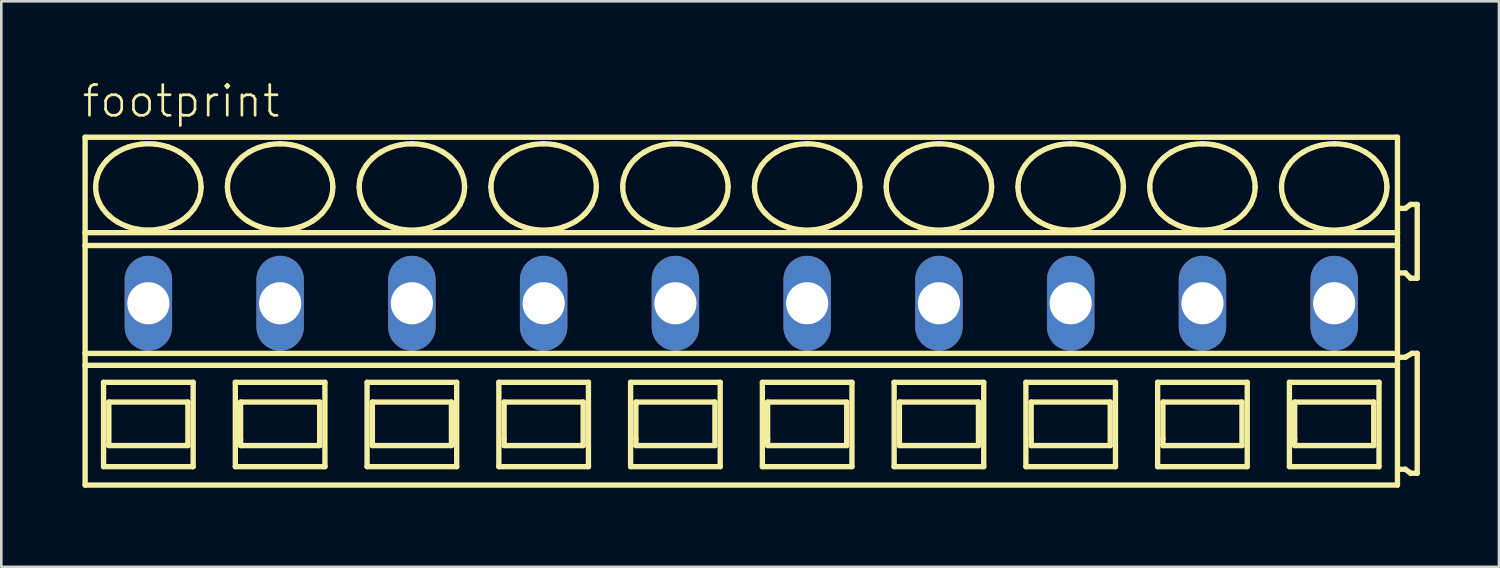
<source format=kicad_pcb>
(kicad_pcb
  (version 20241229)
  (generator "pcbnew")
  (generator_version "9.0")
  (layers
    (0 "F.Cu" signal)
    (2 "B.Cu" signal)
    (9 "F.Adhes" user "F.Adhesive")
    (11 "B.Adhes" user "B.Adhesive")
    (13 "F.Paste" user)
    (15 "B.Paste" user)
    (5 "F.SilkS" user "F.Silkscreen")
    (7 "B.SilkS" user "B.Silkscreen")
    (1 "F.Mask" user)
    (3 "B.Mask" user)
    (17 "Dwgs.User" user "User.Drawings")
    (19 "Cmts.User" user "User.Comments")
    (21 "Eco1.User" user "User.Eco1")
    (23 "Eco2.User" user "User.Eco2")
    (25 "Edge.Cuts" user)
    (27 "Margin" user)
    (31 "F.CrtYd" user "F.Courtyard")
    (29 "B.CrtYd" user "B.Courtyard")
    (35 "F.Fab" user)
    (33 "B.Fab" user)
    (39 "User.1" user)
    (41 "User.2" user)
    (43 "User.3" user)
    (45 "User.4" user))
  (footprint "footprint"
    (layer "F.Cu")
    (at 5.08 8.458)
    (property "Reference" "footprint" (at -5.08 -6.985 0) (layer "F.SilkS") (effects (font (size 1.168 1.168) (thickness 0.102)) (justify left bottom)))
    (fp_line (start -4.9 -6.3) (end -4.9 -2.679) (stroke (width 0.203) (type solid)) (layer "F.SilkS"))
    (fp_line (start -4.9 -2.679) (end -4.9 -2.192) (stroke (width 0.203) (type solid)) (layer "F.SilkS"))
    (fp_line (start -4.9 -2.192) (end -4.9 1.902) (stroke (width 0.203) (type solid)) (layer "F.SilkS"))
    (fp_line (start -4.9 1.902) (end -4.9 2.354) (stroke (width 0.203) (type solid)) (layer "F.SilkS"))
    (fp_line (start -4.9 2.354) (end -4.9 6.9) (stroke (width 0.203) (type solid)) (layer "F.SilkS"))
    (fp_line (start -4.9 6.9) (end 44.9 6.9) (stroke (width 0.203) (type solid)) (layer "F.SilkS"))
    (fp_line (start -4.2 3) (end -4.2 6.2) (stroke (width 0.203) (type solid)) (layer "F.SilkS"))
    (fp_line (start -4.2 6.2) (end -0.8 6.2) (stroke (width 0.203) (type solid)) (layer "F.SilkS"))
    (fp_line (start -4 3.75) (end -4 5.4) (stroke (width 0.203) (type solid)) (layer "F.SilkS"))
    (fp_line (start -4 5.4) (end -1 5.4) (stroke (width 0.203) (type solid)) (layer "F.SilkS"))
    (fp_line (start -1 3.75) (end -4 3.75) (stroke (width 0.203) (type solid)) (layer "F.SilkS"))
    (fp_line (start -1 5.4) (end -1 3.75) (stroke (width 0.203) (type solid)) (layer "F.SilkS"))
    (fp_line (start -0.8 3) (end -4.2 3) (stroke (width 0.203) (type solid)) (layer "F.SilkS"))
    (fp_line (start -0.8 6.2) (end -0.8 3) (stroke (width 0.203) (type solid)) (layer "F.SilkS"))
    (fp_line (start 0.8 3) (end 0.8 6.2) (stroke (width 0.203) (type solid)) (layer "F.SilkS"))
    (fp_line (start 0.8 6.2) (end 4.2 6.2) (stroke (width 0.203) (type solid)) (layer "F.SilkS"))
    (fp_line (start 1 3.75) (end 1 5.15) (stroke (width 0.203) (type solid)) (layer "F.SilkS"))
    (fp_line (start 1 5.15) (end 1 5.4) (stroke (width 0.203) (type solid)) (layer "F.SilkS"))
    (fp_line (start 1 5.4) (end 4 5.4) (stroke (width 0.203) (type solid)) (layer "F.SilkS"))
    (fp_line (start 4 3.75) (end 1 3.75) (stroke (width 0.203) (type solid)) (layer "F.SilkS"))
    (fp_line (start 4 5.4) (end 4 3.75) (stroke (width 0.203) (type solid)) (layer "F.SilkS"))
    (fp_line (start 4.2 3) (end 0.8 3) (stroke (width 0.203) (type solid)) (layer "F.SilkS"))
    (fp_line (start 4.2 6.2) (end 4.2 3) (stroke (width 0.203) (type solid)) (layer "F.SilkS"))
    (fp_line (start 5.8 3) (end 5.8 6.2) (stroke (width 0.203) (type solid)) (layer "F.SilkS"))
    (fp_line (start 5.8 6.2) (end 9.2 6.2) (stroke (width 0.203) (type solid)) (layer "F.SilkS"))
    (fp_line (start 6 3.75) (end 6 5.15) (stroke (width 0.203) (type solid)) (layer "F.SilkS"))
    (fp_line (start 6 5.15) (end 6 5.4) (stroke (width 0.203) (type solid)) (layer "F.SilkS"))
    (fp_line (start 6 5.4) (end 9 5.4) (stroke (width 0.203) (type solid)) (layer "F.SilkS"))
    (fp_line (start 9 3.75) (end 6 3.75) (stroke (width 0.203) (type solid)) (layer "F.SilkS"))
    (fp_line (start 9 5.4) (end 9 3.75) (stroke (width 0.203) (type solid)) (layer "F.SilkS"))
    (fp_line (start 9.2 3) (end 5.8 3) (stroke (width 0.203) (type solid)) (layer "F.SilkS"))
    (fp_line (start 9.2 6.2) (end 9.2 3) (stroke (width 0.203) (type solid)) (layer "F.SilkS"))
    (fp_line (start 10.8 3) (end 10.8 6.2) (stroke (width 0.203) (type solid)) (layer "F.SilkS"))
    (fp_line (start 10.8 6.2) (end 14.2 6.2) (stroke (width 0.203) (type solid)) (layer "F.SilkS"))
    (fp_line (start 11 3.75) (end 11 5.15) (stroke (width 0.203) (type solid)) (layer "F.SilkS"))
    (fp_line (start 11 5.15) (end 11 5.4) (stroke (width 0.203) (type solid)) (layer "F.SilkS"))
    (fp_line (start 11 5.4) (end 14 5.4) (stroke (width 0.203) (type solid)) (layer "F.SilkS"))
    (fp_line (start 14 3.75) (end 11 3.75) (stroke (width 0.203) (type solid)) (layer "F.SilkS"))
    (fp_line (start 14 5.4) (end 14 3.75) (stroke (width 0.203) (type solid)) (layer "F.SilkS"))
    (fp_line (start 14.2 3) (end 10.8 3) (stroke (width 0.203) (type solid)) (layer "F.SilkS"))
    (fp_line (start 14.2 6.2) (end 14.2 3) (stroke (width 0.203) (type solid)) (layer "F.SilkS"))
    (fp_line (start 15.8 3) (end 15.8 6.2) (stroke (width 0.203) (type solid)) (layer "F.SilkS"))
    (fp_line (start 15.8 6.2) (end 19.2 6.2) (stroke (width 0.203) (type solid)) (layer "F.SilkS"))
    (fp_line (start 16 3.75) (end 16 5.15) (stroke (width 0.203) (type solid)) (layer "F.SilkS"))
    (fp_line (start 16 5.15) (end 16 5.4) (stroke (width 0.203) (type solid)) (layer "F.SilkS"))
    (fp_line (start 16 5.4) (end 19 5.4) (stroke (width 0.203) (type solid)) (layer "F.SilkS"))
    (fp_line (start 19 3.75) (end 16 3.75) (stroke (width 0.203) (type solid)) (layer "F.SilkS"))
    (fp_line (start 19 5.4) (end 19 3.75) (stroke (width 0.203) (type solid)) (layer "F.SilkS"))
    (fp_line (start 19.2 3) (end 15.8 3) (stroke (width 0.203) (type solid)) (layer "F.SilkS"))
    (fp_line (start 19.2 6.2) (end 19.2 3) (stroke (width 0.203) (type solid)) (layer "F.SilkS"))
    (fp_line (start 20.8 3) (end 20.8 6.2) (stroke (width 0.203) (type solid)) (layer "F.SilkS"))
    (fp_line (start 20.8 6.2) (end 24.2 6.2) (stroke (width 0.203) (type solid)) (layer "F.SilkS"))
    (fp_line (start 21 3.75) (end 21 5.15) (stroke (width 0.203) (type solid)) (layer "F.SilkS"))
    (fp_line (start 21 5.15) (end 21 5.4) (stroke (width 0.203) (type solid)) (layer "F.SilkS"))
    (fp_line (start 21 5.4) (end 24 5.4) (stroke (width 0.203) (type solid)) (layer "F.SilkS"))
    (fp_line (start 24 3.75) (end 21 3.75) (stroke (width 0.203) (type solid)) (layer "F.SilkS"))
    (fp_line (start 24 5.4) (end 24 3.75) (stroke (width 0.203) (type solid)) (layer "F.SilkS"))
    (fp_line (start 24.2 3) (end 20.8 3) (stroke (width 0.203) (type solid)) (layer "F.SilkS"))
    (fp_line (start 24.2 6.2) (end 24.2 3) (stroke (width 0.203) (type solid)) (layer "F.SilkS"))
    (fp_line (start 25.8 3) (end 25.8 6.2) (stroke (width 0.203) (type solid)) (layer "F.SilkS"))
    (fp_line (start 25.8 6.2) (end 29.2 6.2) (stroke (width 0.203) (type solid)) (layer "F.SilkS"))
    (fp_line (start 26 3.75) (end 26 5.15) (stroke (width 0.203) (type solid)) (layer "F.SilkS"))
    (fp_line (start 26 5.15) (end 26 5.4) (stroke (width 0.203) (type solid)) (layer "F.SilkS"))
    (fp_line (start 26 5.4) (end 29 5.4) (stroke (width 0.203) (type solid)) (layer "F.SilkS"))
    (fp_line (start 29 3.75) (end 26 3.75) (stroke (width 0.203) (type solid)) (layer "F.SilkS"))
    (fp_line (start 29 5.4) (end 29 3.75) (stroke (width 0.203) (type solid)) (layer "F.SilkS"))
    (fp_line (start 29.2 3) (end 25.8 3) (stroke (width 0.203) (type solid)) (layer "F.SilkS"))
    (fp_line (start 29.2 6.2) (end 29.2 3) (stroke (width 0.203) (type solid)) (layer "F.SilkS"))
    (fp_line (start 30.8 3) (end 30.8 6.2) (stroke (width 0.203) (type solid)) (layer "F.SilkS"))
    (fp_line (start 30.8 6.2) (end 34.2 6.2) (stroke (width 0.203) (type solid)) (layer "F.SilkS"))
    (fp_line (start 31 3.75) (end 31 5.15) (stroke (width 0.203) (type solid)) (layer "F.SilkS"))
    (fp_line (start 31 5.15) (end 31 5.4) (stroke (width 0.203) (type solid)) (layer "F.SilkS"))
    (fp_line (start 31 5.4) (end 34 5.4) (stroke (width 0.203) (type solid)) (layer "F.SilkS"))
    (fp_line (start 34 3.75) (end 31 3.75) (stroke (width 0.203) (type solid)) (layer "F.SilkS"))
    (fp_line (start 34 5.4) (end 34 3.75) (stroke (width 0.203) (type solid)) (layer "F.SilkS"))
    (fp_line (start 34.2 3) (end 30.8 3) (stroke (width 0.203) (type solid)) (layer "F.SilkS"))
    (fp_line (start 34.2 6.2) (end 34.2 3) (stroke (width 0.203) (type solid)) (layer "F.SilkS"))
    (fp_line (start 35.8 3) (end 35.8 6.2) (stroke (width 0.203) (type solid)) (layer "F.SilkS"))
    (fp_line (start 35.8 6.2) (end 39.2 6.2) (stroke (width 0.203) (type solid)) (layer "F.SilkS"))
    (fp_line (start 36 3.75) (end 36 5.15) (stroke (width 0.203) (type solid)) (layer "F.SilkS"))
    (fp_line (start 36 5.15) (end 36 5.4) (stroke (width 0.203) (type solid)) (layer "F.SilkS"))
    (fp_line (start 36 5.4) (end 39 5.4) (stroke (width 0.203) (type solid)) (layer "F.SilkS"))
    (fp_line (start 39 3.75) (end 36 3.75) (stroke (width 0.203) (type solid)) (layer "F.SilkS"))
    (fp_line (start 39 5.4) (end 39 3.75) (stroke (width 0.203) (type solid)) (layer "F.SilkS"))
    (fp_line (start 39.2 3) (end 35.8 3) (stroke (width 0.203) (type solid)) (layer "F.SilkS"))
    (fp_line (start 39.2 6.2) (end 39.2 3) (stroke (width 0.203) (type solid)) (layer "F.SilkS"))
    (fp_line (start 40.8 3) (end 40.8 6.2) (stroke (width 0.203) (type solid)) (layer "F.SilkS"))
    (fp_line (start 40.8 6.2) (end 44.2 6.2) (stroke (width 0.203) (type solid)) (layer "F.SilkS"))
    (fp_line (start 41 3.75) (end 41 5.15) (stroke (width 0.203) (type solid)) (layer "F.SilkS"))
    (fp_line (start 41 5.15) (end 41 5.4) (stroke (width 0.203) (type solid)) (layer "F.SilkS"))
    (fp_line (start 41 5.4) (end 44 5.4) (stroke (width 0.203) (type solid)) (layer "F.SilkS"))
    (fp_line (start 44 3.75) (end 41 3.75) (stroke (width 0.203) (type solid)) (layer "F.SilkS"))
    (fp_line (start 44 5.4) (end 44 3.75) (stroke (width 0.203) (type solid)) (layer "F.SilkS"))
    (fp_line (start 44.2 3) (end 40.8 3) (stroke (width 0.203) (type solid)) (layer "F.SilkS"))
    (fp_line (start 44.2 6.2) (end 44.2 3) (stroke (width 0.203) (type solid)) (layer "F.SilkS"))
    (fp_line (start 44.9 -6.3) (end -4.9 -6.3) (stroke (width 0.203) (type solid)) (layer "F.SilkS"))
    (fp_line (start 44.9 -2.679) (end -4.9 -2.679) (stroke (width 0.203) (type solid)) (layer "F.SilkS"))
    (fp_line (start 44.9 -2.679) (end 44.9 -6.3) (stroke (width 0.203) (type solid)) (layer "F.SilkS"))
    (fp_line (start 44.9 -2.192) (end -4.9 -2.192) (stroke (width 0.203) (type solid)) (layer "F.SilkS"))
    (fp_line (start 44.9 -2.192) (end 44.9 -2.679) (stroke (width 0.203) (type solid)) (layer "F.SilkS"))
    (fp_line (start 44.9 1.902) (end -4.9 1.902) (stroke (width 0.203) (type solid)) (layer "F.SilkS"))
    (fp_line (start 44.9 1.902) (end 44.9 -2.192) (stroke (width 0.203) (type solid)) (layer "F.SilkS"))
    (fp_line (start 44.9 2.354) (end -4.9 2.354) (stroke (width 0.203) (type solid)) (layer "F.SilkS"))
    (fp_line (start 44.9 2.354) (end 44.9 1.902) (stroke (width 0.203) (type solid)) (layer "F.SilkS"))
    (fp_line (start 44.9 6.9) (end 44.9 2.354) (stroke (width 0.203) (type solid)) (layer "F.SilkS"))
    (fp_line (start 45 -1.15) (end 45.2 -1.15) (stroke (width 0.203) (type solid)) (layer "F.SilkS"))
    (fp_line (start 45 6.3) (end 45.2 6.3) (stroke (width 0.203) (type solid)) (layer "F.SilkS"))
    (fp_line (start 45.2 -3.6) (end 45 -3.6) (stroke (width 0.203) (type solid)) (layer "F.SilkS"))
    (fp_line (start 45.2 -1.15) (end 45.4 -0.95) (stroke (width 0.203) (type solid)) (layer "F.SilkS"))
    (fp_line (start 45.2 2.05) (end 45 2.05) (stroke (width 0.203) (type solid)) (layer "F.SilkS"))
    (fp_line (start 45.2 6.3) (end 45.4 6.45) (stroke (width 0.203) (type solid)) (layer "F.SilkS"))
    (fp_line (start 45.4 -3.75) (end 45.2 -3.6) (stroke (width 0.203) (type solid)) (layer "F.SilkS"))
    (fp_line (start 45.4 -0.95) (end 45.65 -0.95) (stroke (width 0.203) (type solid)) (layer "F.SilkS"))
    (fp_line (start 45.4 6.45) (end 45.65 6.45) (stroke (width 0.203) (type solid)) (layer "F.SilkS"))
    (fp_line (start 45.45 1.9) (end 45.2 2.05) (stroke (width 0.203) (type solid)) (layer "F.SilkS"))
    (fp_line (start 45.65 -3.75) (end 45.4 -3.75) (stroke (width 0.203) (type solid)) (layer "F.SilkS"))
    (fp_line (start 45.65 -0.95) (end 45.65 -3.75) (stroke (width 0.203) (type solid)) (layer "F.SilkS"))
    (fp_line (start 45.65 1.9) (end 45.45 1.9) (stroke (width 0.203) (type solid)) (layer "F.SilkS"))
    (fp_line (start 45.65 6.45) (end 45.65 1.9) (stroke (width 0.203) (type solid)) (layer "F.SilkS"))
    (fp_arc (start -4.5 -4.4136) (mid -4.488905 -4.585389) (end -4.4562 -4.7544) (stroke (width 0.2032) (type solid)) (layer "F.SilkS"))
    (fp_arc (start -4.4695 -4.1287) (mid -4.492308 -4.270341) (end -4.5 -4.4136) (stroke (width 0.2032) (type solid)) (layer "F.SilkS"))
    (fp_arc (start -4.4562 -4.7544) (mid -4.401558 -4.920839) (end -4.3273 -5.0795) (stroke (width 0.2032) (type solid)) (layer "F.SilkS"))
    (fp_arc (start -4.3795 -3.8536) (mid -4.431599 -3.988827) (end -4.4695 -4.1287) (stroke (width 0.2032) (type solid)) (layer "F.SilkS"))
    (fp_arc (start -4.3274 -5.0795) (mid -4.216217 -5.252167) (end -4.0864 -5.4113) (stroke (width 0.2032) (type solid)) (layer "F.SilkS"))
    (fp_arc (start -4.232 -3.5945) (mid -4.312155 -3.720404) (end -4.3795 -3.8536) (stroke (width 0.2032) (type solid)) (layer "F.SilkS"))
    (fp_arc (start -4.0864 -5.4113) (mid -3.911717 -5.573771) (end -3.718 -5.713) (stroke (width 0.2032) (type solid)) (layer "F.SilkS"))
    (fp_arc (start -3.9861 -3.3171) (mid -4.116737 -3.448975) (end -4.2321 -3.5944) (stroke (width 0.2032) (type solid)) (layer "F.SilkS"))
    (fp_arc (start -3.718 -5.713) (mid -3.497651 -5.83326) (end -3.2649 -5.9273) (stroke (width 0.2032) (type solid)) (layer "F.SilkS"))
    (fp_arc (start -3.676 -3.0884) (mid -3.836846 -3.194891) (end -3.9861 -3.3171) (stroke (width 0.2032) (type solid)) (layer "F.SilkS"))
    (fp_arc (start -3.313 -2.9167) (mid -3.498551 -2.993985) (end -3.676 -3.0884) (stroke (width 0.2032) (type solid)) (layer "F.SilkS"))
    (fp_arc (start -3.2649 -5.9273) (mid -3.016253 -5.996227) (end -2.7616 -6.0378) (stroke (width 0.2032) (type solid)) (layer "F.SilkS"))
    (fp_arc (start -2.9161 -2.8111) (mid -3.116893 -2.855096) (end -3.313 -2.9167) (stroke (width 0.2032) (type solid)) (layer "F.SilkS"))
    (fp_arc (start -2.7616 -6.0378) (mid -2.5 -6.051841) (end -2.2384 -6.0378) (stroke (width 0.2032) (type solid)) (layer "F.SilkS"))
    (fp_arc (start -2.5 -2.7752) (mid -2.708826 -2.784159) (end -2.9161 -2.8111) (stroke (width 0.2032) (type solid)) (layer "F.SilkS"))
    (fp_arc (start -2.2384 -6.0378) (mid -1.983714 -5.996379) (end -1.7351 -5.9273) (stroke (width 0.2032) (type solid)) (layer "F.SilkS"))
    (fp_arc (start -2.0839 -2.8111) (mid -2.291182 -2.784277) (end -2.5 -2.7753) (stroke (width 0.2032) (type solid)) (layer "F.SilkS"))
    (fp_arc (start -1.7351 -5.9273) (mid -1.502222 -5.83353) (end -1.282 -5.713) (stroke (width 0.2032) (type solid)) (layer "F.SilkS"))
    (fp_arc (start -1.687 -2.9167) (mid -1.883129 -2.855175) (end -2.0839 -2.8111) (stroke (width 0.2032) (type solid)) (layer "F.SilkS"))
    (fp_arc (start -1.324 -3.0884) (mid -1.501514 -2.994123) (end -1.687 -2.9167) (stroke (width 0.2032) (type solid)) (layer "F.SilkS"))
    (fp_arc (start -1.282 -5.713) (mid -1.088036 -5.574073) (end -0.9136 -5.4113) (stroke (width 0.2032) (type solid)) (layer "F.SilkS"))
    (fp_arc (start -1.0139 -3.3171) (mid -1.163276 -3.195057) (end -1.324 -3.0884) (stroke (width 0.2032) (type solid)) (layer "F.SilkS"))
    (fp_arc (start -0.9137 -5.4112) (mid -0.781313 -5.253987) (end -0.6727 -5.0795) (stroke (width 0.2032) (type solid)) (layer "F.SilkS"))
    (fp_arc (start -0.7679 -3.5944) (mid -0.88339 -3.449088) (end -1.0139 -3.3171) (stroke (width 0.2032) (type solid)) (layer "F.SilkS"))
    (fp_arc (start -0.6727 -5.0795) (mid -0.598286 -4.920901) (end -0.5438 -4.7544) (stroke (width 0.2032) (type solid)) (layer "F.SilkS"))
    (fp_arc (start -0.6204 -3.8536) (mid -0.687861 -3.720421) (end -0.7679 -3.5944) (stroke (width 0.2032) (type solid)) (layer "F.SilkS"))
    (fp_arc (start -0.5438 -4.7544) (mid -0.511083 -4.58539) (end -0.5 -4.4136) (stroke (width 0.2032) (type solid)) (layer "F.SilkS"))
    (fp_arc (start -0.5305 -4.1287) (mid -0.568473 -3.988851) (end -0.6205 -3.8536) (stroke (width 0.2032) (type solid)) (layer "F.SilkS"))
    (fp_arc (start -0.5001 -4.4136) (mid -0.507739 -4.270343) (end -0.5305 -4.1287) (stroke (width 0.2032) (type solid)) (layer "F.SilkS"))
    (fp_arc (start 0.5 -4.4136) (mid 0.507693 -4.556809) (end 0.5305 -4.6984) (stroke (width 0.2032) (type solid)) (layer "F.SilkS"))
    (fp_arc (start 0.5305 -4.6984) (mid 0.568467 -4.8383) (end 0.6205 -4.9736) (stroke (width 0.2032) (type solid)) (layer "F.SilkS"))
    (fp_arc (start 0.5438 -4.0727) (mid 0.511073 -4.241759) (end 0.5 -4.4136) (stroke (width 0.2032) (type solid)) (layer "F.SilkS"))
    (fp_arc (start 0.6204 -4.9736) (mid 0.687866 -5.106728) (end 0.7679 -5.2327) (stroke (width 0.2032) (type solid)) (layer "F.SilkS"))
    (fp_arc (start 0.6727 -3.7476) (mid 0.598289 -3.9062) (end 0.5438 -4.0727) (stroke (width 0.2032) (type solid)) (layer "F.SilkS"))
    (fp_arc (start 0.7679 -5.2327) (mid 0.883386 -5.378016) (end 1.0139 -5.51) (stroke (width 0.2032) (type solid)) (layer "F.SilkS"))
    (fp_arc (start 0.9136 -3.4159) (mid 0.781267 -3.57312) (end 0.6727 -3.7476) (stroke (width 0.2032) (type solid)) (layer "F.SilkS"))
    (fp_arc (start 1.0139 -5.51) (mid 1.163277 -5.632042) (end 1.324 -5.7387) (stroke (width 0.2032) (type solid)) (layer "F.SilkS"))
    (fp_arc (start 1.282 -3.1141) (mid 1.088032 -3.253077) (end 0.9136 -3.4159) (stroke (width 0.2032) (type solid)) (layer "F.SilkS"))
    (fp_arc (start 1.324 -5.7387) (mid 1.501514 -5.832977) (end 1.687 -5.9104) (stroke (width 0.2032) (type solid)) (layer "F.SilkS"))
    (fp_arc (start 1.687 -5.9104) (mid 1.883129 -5.971925) (end 2.0839 -6.016) (stroke (width 0.2032) (type solid)) (layer "F.SilkS"))
    (fp_arc (start 1.7351 -2.8998) (mid 1.502222 -2.993571) (end 1.282 -3.1141) (stroke (width 0.2032) (type solid)) (layer "F.SilkS"))
    (fp_arc (start 2.0839 -6.0161) (mid 2.291183 -6.042919) (end 2.5 -6.0519) (stroke (width 0.2032) (type solid)) (layer "F.SilkS"))
    (fp_arc (start 2.2384 -2.7893) (mid 1.983714 -2.830721) (end 1.7351 -2.8998) (stroke (width 0.2032) (type solid)) (layer "F.SilkS"))
    (fp_arc (start 2.5 -6.0519) (mid 2.708826 -6.042941) (end 2.9161 -6.016) (stroke (width 0.2032) (type solid)) (layer "F.SilkS"))
    (fp_arc (start 2.7616 -2.7893) (mid 2.5 -2.775259) (end 2.2384 -2.7893) (stroke (width 0.2032) (type solid)) (layer "F.SilkS"))
    (fp_arc (start 2.9161 -6.016) (mid 3.116893 -5.972004) (end 3.313 -5.9104) (stroke (width 0.2032) (type solid)) (layer "F.SilkS"))
    (fp_arc (start 3.2649 -2.8998) (mid 3.016253 -2.830873) (end 2.7616 -2.7893) (stroke (width 0.2032) (type solid)) (layer "F.SilkS"))
    (fp_arc (start 3.313 -5.9104) (mid 3.498552 -5.833116) (end 3.676 -5.7387) (stroke (width 0.2032) (type solid)) (layer "F.SilkS"))
    (fp_arc (start 3.676 -5.7387) (mid 3.836846 -5.632209) (end 3.9861 -5.51) (stroke (width 0.2032) (type solid)) (layer "F.SilkS"))
    (fp_arc (start 3.718 -3.1141) (mid 3.497651 -2.993839) (end 3.2649 -2.8998) (stroke (width 0.2032) (type solid)) (layer "F.SilkS"))
    (fp_arc (start 3.9861 -5.51) (mid 4.116738 -5.378126) (end 4.2321 -5.2327) (stroke (width 0.2032) (type solid)) (layer "F.SilkS"))
    (fp_arc (start 4.0864 -3.4159) (mid 3.911721 -3.253378) (end 3.718 -3.1141) (stroke (width 0.2032) (type solid)) (layer "F.SilkS"))
    (fp_arc (start 4.2321 -5.2327) (mid 4.312204 -5.106793) (end 4.3795 -4.9736) (stroke (width 0.2032) (type solid)) (layer "F.SilkS"))
    (fp_arc (start 4.3273 -3.7476) (mid 4.216161 -3.574988) (end 4.0864 -3.4159) (stroke (width 0.2032) (type solid)) (layer "F.SilkS"))
    (fp_arc (start 4.3795 -4.9736) (mid 4.431605 -4.838324) (end 4.4695 -4.6984) (stroke (width 0.2032) (type solid)) (layer "F.SilkS"))
    (fp_arc (start 4.4562 -4.0727) (mid 4.401557 -3.906262) (end 4.3273 -3.7476) (stroke (width 0.2032) (type solid)) (layer "F.SilkS"))
    (fp_arc (start 4.4695 -4.6984) (mid 4.4923 -4.556809) (end 4.5 -4.4136) (stroke (width 0.2032) (type solid)) (layer "F.SilkS"))
    (fp_arc (start 4.5 -4.4136) (mid 4.488914 -4.241761) (end 4.4562 -4.0727) (stroke (width 0.2032) (type solid)) (layer "F.SilkS"))
    (fp_arc (start 5.5 -4.4136) (mid 5.507693 -4.556809) (end 5.5305 -4.6984) (stroke (width 0.2032) (type solid)) (layer "F.SilkS"))
    (fp_arc (start 5.5305 -4.6984) (mid 5.568467 -4.8383) (end 5.6205 -4.9736) (stroke (width 0.2032) (type solid)) (layer "F.SilkS"))
    (fp_arc (start 5.5438 -4.0727) (mid 5.511073 -4.241759) (end 5.5 -4.4136) (stroke (width 0.2032) (type solid)) (layer "F.SilkS"))
    (fp_arc (start 5.6204 -4.9736) (mid 5.687866 -5.106728) (end 5.7679 -5.2327) (stroke (width 0.2032) (type solid)) (layer "F.SilkS"))
    (fp_arc (start 5.6727 -3.7476) (mid 5.598289 -3.9062) (end 5.5438 -4.0727) (stroke (width 0.2032) (type solid)) (layer "F.SilkS"))
    (fp_arc (start 5.7679 -5.2327) (mid 5.883386 -5.378016) (end 6.0139 -5.51) (stroke (width 0.2032) (type solid)) (layer "F.SilkS"))
    (fp_arc (start 5.9136 -3.4159) (mid 5.781267 -3.57312) (end 5.6727 -3.7476) (stroke (width 0.2032) (type solid)) (layer "F.SilkS"))
    (fp_arc (start 6.0139 -5.51) (mid 6.163277 -5.632042) (end 6.324 -5.7387) (stroke (width 0.2032) (type solid)) (layer "F.SilkS"))
    (fp_arc (start 6.282 -3.1141) (mid 6.088032 -3.253077) (end 5.9136 -3.4159) (stroke (width 0.2032) (type solid)) (layer "F.SilkS"))
    (fp_arc (start 6.324 -5.7387) (mid 6.501514 -5.832977) (end 6.687 -5.9104) (stroke (width 0.2032) (type solid)) (layer "F.SilkS"))
    (fp_arc (start 6.687 -5.9104) (mid 6.883129 -5.971925) (end 7.0839 -6.016) (stroke (width 0.2032) (type solid)) (layer "F.SilkS"))
    (fp_arc (start 6.7351 -2.8998) (mid 6.502222 -2.993571) (end 6.282 -3.1141) (stroke (width 0.2032) (type solid)) (layer "F.SilkS"))
    (fp_arc (start 7.0839 -6.0161) (mid 7.291183 -6.042919) (end 7.5 -6.0519) (stroke (width 0.2032) (type solid)) (layer "F.SilkS"))
    (fp_arc (start 7.2384 -2.7893) (mid 6.983714 -2.830721) (end 6.7351 -2.8998) (stroke (width 0.2032) (type solid)) (layer "F.SilkS"))
    (fp_arc (start 7.5 -6.0519) (mid 7.708826 -6.042941) (end 7.9161 -6.016) (stroke (width 0.2032) (type solid)) (layer "F.SilkS"))
    (fp_arc (start 7.7616 -2.7893) (mid 7.5 -2.775259) (end 7.2384 -2.7893) (stroke (width 0.2032) (type solid)) (layer "F.SilkS"))
    (fp_arc (start 7.9161 -6.016) (mid 8.116893 -5.972004) (end 8.313 -5.9104) (stroke (width 0.2032) (type solid)) (layer "F.SilkS"))
    (fp_arc (start 8.2649 -2.8998) (mid 8.016253 -2.830873) (end 7.7616 -2.7893) (stroke (width 0.2032) (type solid)) (layer "F.SilkS"))
    (fp_arc (start 8.313 -5.9104) (mid 8.498552 -5.833116) (end 8.676 -5.7387) (stroke (width 0.2032) (type solid)) (layer "F.SilkS"))
    (fp_arc (start 8.676 -5.7387) (mid 8.836846 -5.632209) (end 8.9861 -5.51) (stroke (width 0.2032) (type solid)) (layer "F.SilkS"))
    (fp_arc (start 8.718 -3.1141) (mid 8.497651 -2.993839) (end 8.2649 -2.8998) (stroke (width 0.2032) (type solid)) (layer "F.SilkS"))
    (fp_arc (start 8.9861 -5.51) (mid 9.116738 -5.378126) (end 9.2321 -5.2327) (stroke (width 0.2032) (type solid)) (layer "F.SilkS"))
    (fp_arc (start 9.0864 -3.4159) (mid 8.911721 -3.253378) (end 8.718 -3.1141) (stroke (width 0.2032) (type solid)) (layer "F.SilkS"))
    (fp_arc (start 9.2321 -5.2327) (mid 9.312204 -5.106793) (end 9.3795 -4.9736) (stroke (width 0.2032) (type solid)) (layer "F.SilkS"))
    (fp_arc (start 9.3273 -3.7476) (mid 9.216161 -3.574988) (end 9.0864 -3.4159) (stroke (width 0.2032) (type solid)) (layer "F.SilkS"))
    (fp_arc (start 9.3795 -4.9736) (mid 9.431605 -4.838324) (end 9.4695 -4.6984) (stroke (width 0.2032) (type solid)) (layer "F.SilkS"))
    (fp_arc (start 9.4562 -4.0727) (mid 9.401557 -3.906262) (end 9.3273 -3.7476) (stroke (width 0.2032) (type solid)) (layer "F.SilkS"))
    (fp_arc (start 9.4695 -4.6984) (mid 9.4923 -4.556809) (end 9.5 -4.4136) (stroke (width 0.2032) (type solid)) (layer "F.SilkS"))
    (fp_arc (start 9.5 -4.4136) (mid 9.488914 -4.241761) (end 9.4562 -4.0727) (stroke (width 0.2032) (type solid)) (layer "F.SilkS"))
    (fp_arc (start 10.5 -4.4136) (mid 10.507693 -4.556809) (end 10.5305 -4.6984) (stroke (width 0.2032) (type solid)) (layer "F.SilkS"))
    (fp_arc (start 10.5305 -4.6984) (mid 10.568467 -4.8383) (end 10.6205 -4.9736) (stroke (width 0.2032) (type solid)) (layer "F.SilkS"))
    (fp_arc (start 10.5438 -4.0727) (mid 10.511073 -4.241759) (end 10.5 -4.4136) (stroke (width 0.2032) (type solid)) (layer "F.SilkS"))
    (fp_arc (start 10.6204 -4.9736) (mid 10.687866 -5.106728) (end 10.7679 -5.2327) (stroke (width 0.2032) (type solid)) (layer "F.SilkS"))
    (fp_arc (start 10.6727 -3.7476) (mid 10.598289 -3.9062) (end 10.5438 -4.0727) (stroke (width 0.2032) (type solid)) (layer "F.SilkS"))
    (fp_arc (start 10.7679 -5.2327) (mid 10.883386 -5.378016) (end 11.0139 -5.51) (stroke (width 0.2032) (type solid)) (layer "F.SilkS"))
    (fp_arc (start 10.9136 -3.4159) (mid 10.781267 -3.57312) (end 10.6727 -3.7476) (stroke (width 0.2032) (type solid)) (layer "F.SilkS"))
    (fp_arc (start 11.0139 -5.51) (mid 11.163277 -5.632042) (end 11.324 -5.7387) (stroke (width 0.2032) (type solid)) (layer "F.SilkS"))
    (fp_arc (start 11.282 -3.1141) (mid 11.088032 -3.253077) (end 10.9136 -3.4159) (stroke (width 0.2032) (type solid)) (layer "F.SilkS"))
    (fp_arc (start 11.324 -5.7387) (mid 11.501514 -5.832977) (end 11.687 -5.9104) (stroke (width 0.2032) (type solid)) (layer "F.SilkS"))
    (fp_arc (start 11.687 -5.9104) (mid 11.883129 -5.971925) (end 12.0839 -6.016) (stroke (width 0.2032) (type solid)) (layer "F.SilkS"))
    (fp_arc (start 11.7351 -2.8998) (mid 11.502222 -2.993571) (end 11.282 -3.1141) (stroke (width 0.2032) (type solid)) (layer "F.SilkS"))
    (fp_arc (start 12.0839 -6.0161) (mid 12.291183 -6.042919) (end 12.5 -6.0519) (stroke (width 0.2032) (type solid)) (layer "F.SilkS"))
    (fp_arc (start 12.2384 -2.7893) (mid 11.983714 -2.830721) (end 11.7351 -2.8998) (stroke (width 0.2032) (type solid)) (layer "F.SilkS"))
    (fp_arc (start 12.5 -6.0519) (mid 12.708826 -6.042941) (end 12.9161 -6.016) (stroke (width 0.2032) (type solid)) (layer "F.SilkS"))
    (fp_arc (start 12.7616 -2.7893) (mid 12.5 -2.775259) (end 12.2384 -2.7893) (stroke (width 0.2032) (type solid)) (layer "F.SilkS"))
    (fp_arc (start 12.9161 -6.016) (mid 13.116893 -5.972004) (end 13.313 -5.9104) (stroke (width 0.2032) (type solid)) (layer "F.SilkS"))
    (fp_arc (start 13.2649 -2.8998) (mid 13.016253 -2.830873) (end 12.7616 -2.7893) (stroke (width 0.2032) (type solid)) (layer "F.SilkS"))
    (fp_arc (start 13.313 -5.9104) (mid 13.498552 -5.833116) (end 13.676 -5.7387) (stroke (width 0.2032) (type solid)) (layer "F.SilkS"))
    (fp_arc (start 13.676 -5.7387) (mid 13.836846 -5.632209) (end 13.9861 -5.51) (stroke (width 0.2032) (type solid)) (layer "F.SilkS"))
    (fp_arc (start 13.718 -3.1141) (mid 13.497651 -2.993839) (end 13.2649 -2.8998) (stroke (width 0.2032) (type solid)) (layer "F.SilkS"))
    (fp_arc (start 13.9861 -5.51) (mid 14.116738 -5.378126) (end 14.2321 -5.2327) (stroke (width 0.2032) (type solid)) (layer "F.SilkS"))
    (fp_arc (start 14.0864 -3.4159) (mid 13.911721 -3.253378) (end 13.718 -3.1141) (stroke (width 0.2032) (type solid)) (layer "F.SilkS"))
    (fp_arc (start 14.2321 -5.2327) (mid 14.312204 -5.106793) (end 14.3795 -4.9736) (stroke (width 0.2032) (type solid)) (layer "F.SilkS"))
    (fp_arc (start 14.3273 -3.7476) (mid 14.216161 -3.574988) (end 14.0864 -3.4159) (stroke (width 0.2032) (type solid)) (layer "F.SilkS"))
    (fp_arc (start 14.3795 -4.9736) (mid 14.431605 -4.838324) (end 14.4695 -4.6984) (stroke (width 0.2032) (type solid)) (layer "F.SilkS"))
    (fp_arc (start 14.4562 -4.0727) (mid 14.401557 -3.906262) (end 14.3273 -3.7476) (stroke (width 0.2032) (type solid)) (layer "F.SilkS"))
    (fp_arc (start 14.4695 -4.6984) (mid 14.4923 -4.556809) (end 14.5 -4.4136) (stroke (width 0.2032) (type solid)) (layer "F.SilkS"))
    (fp_arc (start 14.5 -4.4136) (mid 14.488914 -4.241761) (end 14.4562 -4.0727) (stroke (width 0.2032) (type solid)) (layer "F.SilkS"))
    (fp_arc (start 15.5 -4.4136) (mid 15.507693 -4.556809) (end 15.5305 -4.6984) (stroke (width 0.2032) (type solid)) (layer "F.SilkS"))
    (fp_arc (start 15.5305 -4.6984) (mid 15.568467 -4.8383) (end 15.6205 -4.9736) (stroke (width 0.2032) (type solid)) (layer "F.SilkS"))
    (fp_arc (start 15.5438 -4.0727) (mid 15.511073 -4.241759) (end 15.5 -4.4136) (stroke (width 0.2032) (type solid)) (layer "F.SilkS"))
    (fp_arc (start 15.6204 -4.9736) (mid 15.687866 -5.106728) (end 15.7679 -5.2327) (stroke (width 0.2032) (type solid)) (layer "F.SilkS"))
    (fp_arc (start 15.6727 -3.7476) (mid 15.598289 -3.9062) (end 15.5438 -4.0727) (stroke (width 0.2032) (type solid)) (layer "F.SilkS"))
    (fp_arc (start 15.7679 -5.2327) (mid 15.883386 -5.378016) (end 16.0139 -5.51) (stroke (width 0.2032) (type solid)) (layer "F.SilkS"))
    (fp_arc (start 15.9136 -3.4159) (mid 15.781267 -3.57312) (end 15.6727 -3.7476) (stroke (width 0.2032) (type solid)) (layer "F.SilkS"))
    (fp_arc (start 16.0139 -5.51) (mid 16.163277 -5.632042) (end 16.324 -5.7387) (stroke (width 0.2032) (type solid)) (layer "F.SilkS"))
    (fp_arc (start 16.282 -3.1141) (mid 16.088032 -3.253077) (end 15.9136 -3.4159) (stroke (width 0.2032) (type solid)) (layer "F.SilkS"))
    (fp_arc (start 16.324 -5.7387) (mid 16.501514 -5.832977) (end 16.687 -5.9104) (stroke (width 0.2032) (type solid)) (layer "F.SilkS"))
    (fp_arc (start 16.687 -5.9104) (mid 16.883129 -5.971925) (end 17.0839 -6.016) (stroke (width 0.2032) (type solid)) (layer "F.SilkS"))
    (fp_arc (start 16.7351 -2.8998) (mid 16.502222 -2.993571) (end 16.282 -3.1141) (stroke (width 0.2032) (type solid)) (layer "F.SilkS"))
    (fp_arc (start 17.0839 -6.0161) (mid 17.291183 -6.042919) (end 17.5 -6.0519) (stroke (width 0.2032) (type solid)) (layer "F.SilkS"))
    (fp_arc (start 17.2384 -2.7893) (mid 16.983714 -2.830721) (end 16.7351 -2.8998) (stroke (width 0.2032) (type solid)) (layer "F.SilkS"))
    (fp_arc (start 17.5 -6.0519) (mid 17.708826 -6.042941) (end 17.9161 -6.016) (stroke (width 0.2032) (type solid)) (layer "F.SilkS"))
    (fp_arc (start 17.7616 -2.7893) (mid 17.5 -2.775259) (end 17.2384 -2.7893) (stroke (width 0.2032) (type solid)) (layer "F.SilkS"))
    (fp_arc (start 17.9161 -6.016) (mid 18.116893 -5.972004) (end 18.313 -5.9104) (stroke (width 0.2032) (type solid)) (layer "F.SilkS"))
    (fp_arc (start 18.2649 -2.8998) (mid 18.016253 -2.830873) (end 17.7616 -2.7893) (stroke (width 0.2032) (type solid)) (layer "F.SilkS"))
    (fp_arc (start 18.313 -5.9104) (mid 18.498552 -5.833116) (end 18.676 -5.7387) (stroke (width 0.2032) (type solid)) (layer "F.SilkS"))
    (fp_arc (start 18.676 -5.7387) (mid 18.836846 -5.632209) (end 18.9861 -5.51) (stroke (width 0.2032) (type solid)) (layer "F.SilkS"))
    (fp_arc (start 18.718 -3.1141) (mid 18.497651 -2.993839) (end 18.2649 -2.8998) (stroke (width 0.2032) (type solid)) (layer "F.SilkS"))
    (fp_arc (start 18.9861 -5.51) (mid 19.116738 -5.378126) (end 19.2321 -5.2327) (stroke (width 0.2032) (type solid)) (layer "F.SilkS"))
    (fp_arc (start 19.0864 -3.4159) (mid 18.911721 -3.253378) (end 18.718 -3.1141) (stroke (width 0.2032) (type solid)) (layer "F.SilkS"))
    (fp_arc (start 19.2321 -5.2327) (mid 19.312204 -5.106793) (end 19.3795 -4.9736) (stroke (width 0.2032) (type solid)) (layer "F.SilkS"))
    (fp_arc (start 19.3273 -3.7476) (mid 19.216161 -3.574988) (end 19.0864 -3.4159) (stroke (width 0.2032) (type solid)) (layer "F.SilkS"))
    (fp_arc (start 19.3795 -4.9736) (mid 19.431605 -4.838324) (end 19.4695 -4.6984) (stroke (width 0.2032) (type solid)) (layer "F.SilkS"))
    (fp_arc (start 19.4562 -4.0727) (mid 19.401557 -3.906262) (end 19.3273 -3.7476) (stroke (width 0.2032) (type solid)) (layer "F.SilkS"))
    (fp_arc (start 19.4695 -4.6984) (mid 19.4923 -4.556809) (end 19.5 -4.4136) (stroke (width 0.2032) (type solid)) (layer "F.SilkS"))
    (fp_arc (start 19.5 -4.4136) (mid 19.488914 -4.241761) (end 19.4562 -4.0727) (stroke (width 0.2032) (type solid)) (layer "F.SilkS"))
    (fp_arc (start 20.5 -4.4136) (mid 20.507693 -4.556809) (end 20.5305 -4.6984) (stroke (width 0.2032) (type solid)) (layer "F.SilkS"))
    (fp_arc (start 20.5305 -4.6984) (mid 20.568467 -4.8383) (end 20.6205 -4.9736) (stroke (width 0.2032) (type solid)) (layer "F.SilkS"))
    (fp_arc (start 20.5438 -4.0727) (mid 20.511073 -4.241759) (end 20.5 -4.4136) (stroke (width 0.2032) (type solid)) (layer "F.SilkS"))
    (fp_arc (start 20.6204 -4.9736) (mid 20.687866 -5.106728) (end 20.7679 -5.2327) (stroke (width 0.2032) (type solid)) (layer "F.SilkS"))
    (fp_arc (start 20.6727 -3.7476) (mid 20.598289 -3.9062) (end 20.5438 -4.0727) (stroke (width 0.2032) (type solid)) (layer "F.SilkS"))
    (fp_arc (start 20.7679 -5.2327) (mid 20.883386 -5.378016) (end 21.0139 -5.51) (stroke (width 0.2032) (type solid)) (layer "F.SilkS"))
    (fp_arc (start 20.9136 -3.4159) (mid 20.781267 -3.57312) (end 20.6727 -3.7476) (stroke (width 0.2032) (type solid)) (layer "F.SilkS"))
    (fp_arc (start 21.0139 -5.51) (mid 21.163277 -5.632042) (end 21.324 -5.7387) (stroke (width 0.2032) (type solid)) (layer "F.SilkS"))
    (fp_arc (start 21.282 -3.1141) (mid 21.088032 -3.253077) (end 20.9136 -3.4159) (stroke (width 0.2032) (type solid)) (layer "F.SilkS"))
    (fp_arc (start 21.324 -5.7387) (mid 21.501514 -5.832977) (end 21.687 -5.9104) (stroke (width 0.2032) (type solid)) (layer "F.SilkS"))
    (fp_arc (start 21.687 -5.9104) (mid 21.883129 -5.971925) (end 22.0839 -6.016) (stroke (width 0.2032) (type solid)) (layer "F.SilkS"))
    (fp_arc (start 21.7351 -2.8998) (mid 21.502222 -2.993571) (end 21.282 -3.1141) (stroke (width 0.2032) (type solid)) (layer "F.SilkS"))
    (fp_arc (start 22.0839 -6.0161) (mid 22.291183 -6.042919) (end 22.5 -6.0519) (stroke (width 0.2032) (type solid)) (layer "F.SilkS"))
    (fp_arc (start 22.2384 -2.7893) (mid 21.983714 -2.830721) (end 21.7351 -2.8998) (stroke (width 0.2032) (type solid)) (layer "F.SilkS"))
    (fp_arc (start 22.5 -6.0519) (mid 22.708826 -6.042941) (end 22.9161 -6.016) (stroke (width 0.2032) (type solid)) (layer "F.SilkS"))
    (fp_arc (start 22.7616 -2.7893) (mid 22.5 -2.775259) (end 22.2384 -2.7893) (stroke (width 0.2032) (type solid)) (layer "F.SilkS"))
    (fp_arc (start 22.9161 -6.016) (mid 23.116893 -5.972004) (end 23.313 -5.9104) (stroke (width 0.2032) (type solid)) (layer "F.SilkS"))
    (fp_arc (start 23.2649 -2.8998) (mid 23.016253 -2.830873) (end 22.7616 -2.7893) (stroke (width 0.2032) (type solid)) (layer "F.SilkS"))
    (fp_arc (start 23.313 -5.9104) (mid 23.498552 -5.833116) (end 23.676 -5.7387) (stroke (width 0.2032) (type solid)) (layer "F.SilkS"))
    (fp_arc (start 23.676 -5.7387) (mid 23.836846 -5.632209) (end 23.9861 -5.51) (stroke (width 0.2032) (type solid)) (layer "F.SilkS"))
    (fp_arc (start 23.718 -3.1141) (mid 23.497651 -2.993839) (end 23.2649 -2.8998) (stroke (width 0.2032) (type solid)) (layer "F.SilkS"))
    (fp_arc (start 23.9861 -5.51) (mid 24.116738 -5.378126) (end 24.2321 -5.2327) (stroke (width 0.2032) (type solid)) (layer "F.SilkS"))
    (fp_arc (start 24.0864 -3.4159) (mid 23.911721 -3.253378) (end 23.718 -3.1141) (stroke (width 0.2032) (type solid)) (layer "F.SilkS"))
    (fp_arc (start 24.2321 -5.2327) (mid 24.312204 -5.106793) (end 24.3795 -4.9736) (stroke (width 0.2032) (type solid)) (layer "F.SilkS"))
    (fp_arc (start 24.3273 -3.7476) (mid 24.216161 -3.574988) (end 24.0864 -3.4159) (stroke (width 0.2032) (type solid)) (layer "F.SilkS"))
    (fp_arc (start 24.3795 -4.9736) (mid 24.431605 -4.838324) (end 24.4695 -4.6984) (stroke (width 0.2032) (type solid)) (layer "F.SilkS"))
    (fp_arc (start 24.4562 -4.0727) (mid 24.401557 -3.906262) (end 24.3273 -3.7476) (stroke (width 0.2032) (type solid)) (layer "F.SilkS"))
    (fp_arc (start 24.4695 -4.6984) (mid 24.4923 -4.556809) (end 24.5 -4.4136) (stroke (width 0.2032) (type solid)) (layer "F.SilkS"))
    (fp_arc (start 24.5 -4.4136) (mid 24.488914 -4.241761) (end 24.4562 -4.0727) (stroke (width 0.2032) (type solid)) (layer "F.SilkS"))
    (fp_arc (start 25.5 -4.4136) (mid 25.507693 -4.556809) (end 25.5305 -4.6984) (stroke (width 0.2032) (type solid)) (layer "F.SilkS"))
    (fp_arc (start 25.5305 -4.6984) (mid 25.568467 -4.8383) (end 25.6205 -4.9736) (stroke (width 0.2032) (type solid)) (layer "F.SilkS"))
    (fp_arc (start 25.5438 -4.0727) (mid 25.511073 -4.241759) (end 25.5 -4.4136) (stroke (width 0.2032) (type solid)) (layer "F.SilkS"))
    (fp_arc (start 25.6204 -4.9736) (mid 25.687866 -5.106728) (end 25.7679 -5.2327) (stroke (width 0.2032) (type solid)) (layer "F.SilkS"))
    (fp_arc (start 25.6727 -3.7476) (mid 25.598289 -3.9062) (end 25.5438 -4.0727) (stroke (width 0.2032) (type solid)) (layer "F.SilkS"))
    (fp_arc (start 25.7679 -5.2327) (mid 25.883386 -5.378016) (end 26.0139 -5.51) (stroke (width 0.2032) (type solid)) (layer "F.SilkS"))
    (fp_arc (start 25.9136 -3.4159) (mid 25.781267 -3.57312) (end 25.6727 -3.7476) (stroke (width 0.2032) (type solid)) (layer "F.SilkS"))
    (fp_arc (start 26.0139 -5.51) (mid 26.163277 -5.632042) (end 26.324 -5.7387) (stroke (width 0.2032) (type solid)) (layer "F.SilkS"))
    (fp_arc (start 26.282 -3.1141) (mid 26.088032 -3.253077) (end 25.9136 -3.4159) (stroke (width 0.2032) (type solid)) (layer "F.SilkS"))
    (fp_arc (start 26.324 -5.7387) (mid 26.501514 -5.832977) (end 26.687 -5.9104) (stroke (width 0.2032) (type solid)) (layer "F.SilkS"))
    (fp_arc (start 26.687 -5.9104) (mid 26.883129 -5.971925) (end 27.0839 -6.016) (stroke (width 0.2032) (type solid)) (layer "F.SilkS"))
    (fp_arc (start 26.7351 -2.8998) (mid 26.502222 -2.993571) (end 26.282 -3.1141) (stroke (width 0.2032) (type solid)) (layer "F.SilkS"))
    (fp_arc (start 27.0839 -6.0161) (mid 27.291183 -6.042919) (end 27.5 -6.0519) (stroke (width 0.2032) (type solid)) (layer "F.SilkS"))
    (fp_arc (start 27.2384 -2.7893) (mid 26.983714 -2.830721) (end 26.7351 -2.8998) (stroke (width 0.2032) (type solid)) (layer "F.SilkS"))
    (fp_arc (start 27.5 -6.0519) (mid 27.708826 -6.042941) (end 27.9161 -6.016) (stroke (width 0.2032) (type solid)) (layer "F.SilkS"))
    (fp_arc (start 27.7616 -2.7893) (mid 27.5 -2.775259) (end 27.2384 -2.7893) (stroke (width 0.2032) (type solid)) (layer "F.SilkS"))
    (fp_arc (start 27.9161 -6.016) (mid 28.116893 -5.972004) (end 28.313 -5.9104) (stroke (width 0.2032) (type solid)) (layer "F.SilkS"))
    (fp_arc (start 28.2649 -2.8998) (mid 28.016253 -2.830873) (end 27.7616 -2.7893) (stroke (width 0.2032) (type solid)) (layer "F.SilkS"))
    (fp_arc (start 28.313 -5.9104) (mid 28.498552 -5.833116) (end 28.676 -5.7387) (stroke (width 0.2032) (type solid)) (layer "F.SilkS"))
    (fp_arc (start 28.676 -5.7387) (mid 28.836846 -5.632209) (end 28.9861 -5.51) (stroke (width 0.2032) (type solid)) (layer "F.SilkS"))
    (fp_arc (start 28.718 -3.1141) (mid 28.497651 -2.993839) (end 28.2649 -2.8998) (stroke (width 0.2032) (type solid)) (layer "F.SilkS"))
    (fp_arc (start 28.9861 -5.51) (mid 29.116738 -5.378126) (end 29.2321 -5.2327) (stroke (width 0.2032) (type solid)) (layer "F.SilkS"))
    (fp_arc (start 29.0864 -3.4159) (mid 28.911721 -3.253378) (end 28.718 -3.1141) (stroke (width 0.2032) (type solid)) (layer "F.SilkS"))
    (fp_arc (start 29.2321 -5.2327) (mid 29.312204 -5.106793) (end 29.3795 -4.9736) (stroke (width 0.2032) (type solid)) (layer "F.SilkS"))
    (fp_arc (start 29.3273 -3.7476) (mid 29.216161 -3.574988) (end 29.0864 -3.4159) (stroke (width 0.2032) (type solid)) (layer "F.SilkS"))
    (fp_arc (start 29.3795 -4.9736) (mid 29.431605 -4.838324) (end 29.4695 -4.6984) (stroke (width 0.2032) (type solid)) (layer "F.SilkS"))
    (fp_arc (start 29.4562 -4.0727) (mid 29.401557 -3.906262) (end 29.3273 -3.7476) (stroke (width 0.2032) (type solid)) (layer "F.SilkS"))
    (fp_arc (start 29.4695 -4.6984) (mid 29.4923 -4.556809) (end 29.5 -4.4136) (stroke (width 0.2032) (type solid)) (layer "F.SilkS"))
    (fp_arc (start 29.5 -4.4136) (mid 29.488914 -4.241761) (end 29.4562 -4.0727) (stroke (width 0.2032) (type solid)) (layer "F.SilkS"))
    (fp_arc (start 30.5 -4.4136) (mid 30.507693 -4.556809) (end 30.5305 -4.6984) (stroke (width 0.2032) (type solid)) (layer "F.SilkS"))
    (fp_arc (start 30.5305 -4.6984) (mid 30.568467 -4.8383) (end 30.6205 -4.9736) (stroke (width 0.2032) (type solid)) (layer "F.SilkS"))
    (fp_arc (start 30.5438 -4.0727) (mid 30.511073 -4.241759) (end 30.5 -4.4136) (stroke (width 0.2032) (type solid)) (layer "F.SilkS"))
    (fp_arc (start 30.6204 -4.9736) (mid 30.687866 -5.106728) (end 30.7679 -5.2327) (stroke (width 0.2032) (type solid)) (layer "F.SilkS"))
    (fp_arc (start 30.6727 -3.7476) (mid 30.598289 -3.9062) (end 30.5438 -4.0727) (stroke (width 0.2032) (type solid)) (layer "F.SilkS"))
    (fp_arc (start 30.7679 -5.2327) (mid 30.883386 -5.378016) (end 31.0139 -5.51) (stroke (width 0.2032) (type solid)) (layer "F.SilkS"))
    (fp_arc (start 30.9136 -3.4159) (mid 30.781267 -3.57312) (end 30.6727 -3.7476) (stroke (width 0.2032) (type solid)) (layer "F.SilkS"))
    (fp_arc (start 31.0139 -5.51) (mid 31.163277 -5.632042) (end 31.324 -5.7387) (stroke (width 0.2032) (type solid)) (layer "F.SilkS"))
    (fp_arc (start 31.282 -3.1141) (mid 31.088032 -3.253077) (end 30.9136 -3.4159) (stroke (width 0.2032) (type solid)) (layer "F.SilkS"))
    (fp_arc (start 31.324 -5.7387) (mid 31.501514 -5.832977) (end 31.687 -5.9104) (stroke (width 0.2032) (type solid)) (layer "F.SilkS"))
    (fp_arc (start 31.687 -5.9104) (mid 31.883129 -5.971925) (end 32.0839 -6.016) (stroke (width 0.2032) (type solid)) (layer "F.SilkS"))
    (fp_arc (start 31.7351 -2.8998) (mid 31.502222 -2.993571) (end 31.282 -3.1141) (stroke (width 0.2032) (type solid)) (layer "F.SilkS"))
    (fp_arc (start 32.0839 -6.0161) (mid 32.291183 -6.042919) (end 32.5 -6.0519) (stroke (width 0.2032) (type solid)) (layer "F.SilkS"))
    (fp_arc (start 32.2384 -2.7893) (mid 31.983714 -2.830721) (end 31.7351 -2.8998) (stroke (width 0.2032) (type solid)) (layer "F.SilkS"))
    (fp_arc (start 32.5 -6.0519) (mid 32.708826 -6.042941) (end 32.9161 -6.016) (stroke (width 0.2032) (type solid)) (layer "F.SilkS"))
    (fp_arc (start 32.7616 -2.7893) (mid 32.5 -2.775259) (end 32.2384 -2.7893) (stroke (width 0.2032) (type solid)) (layer "F.SilkS"))
    (fp_arc (start 32.9161 -6.016) (mid 33.116893 -5.972004) (end 33.313 -5.9104) (stroke (width 0.2032) (type solid)) (layer "F.SilkS"))
    (fp_arc (start 33.2649 -2.8998) (mid 33.016253 -2.830873) (end 32.7616 -2.7893) (stroke (width 0.2032) (type solid)) (layer "F.SilkS"))
    (fp_arc (start 33.313 -5.9104) (mid 33.498552 -5.833116) (end 33.676 -5.7387) (stroke (width 0.2032) (type solid)) (layer "F.SilkS"))
    (fp_arc (start 33.676 -5.7387) (mid 33.836846 -5.632209) (end 33.9861 -5.51) (stroke (width 0.2032) (type solid)) (layer "F.SilkS"))
    (fp_arc (start 33.718 -3.1141) (mid 33.497651 -2.993839) (end 33.2649 -2.8998) (stroke (width 0.2032) (type solid)) (layer "F.SilkS"))
    (fp_arc (start 33.9861 -5.51) (mid 34.116738 -5.378126) (end 34.2321 -5.2327) (stroke (width 0.2032) (type solid)) (layer "F.SilkS"))
    (fp_arc (start 34.0864 -3.4159) (mid 33.911721 -3.253378) (end 33.718 -3.1141) (stroke (width 0.2032) (type solid)) (layer "F.SilkS"))
    (fp_arc (start 34.2321 -5.2327) (mid 34.312204 -5.106793) (end 34.3795 -4.9736) (stroke (width 0.2032) (type solid)) (layer "F.SilkS"))
    (fp_arc (start 34.3273 -3.7476) (mid 34.216161 -3.574988) (end 34.0864 -3.4159) (stroke (width 0.2032) (type solid)) (layer "F.SilkS"))
    (fp_arc (start 34.3795 -4.9736) (mid 34.431605 -4.838324) (end 34.4695 -4.6984) (stroke (width 0.2032) (type solid)) (layer "F.SilkS"))
    (fp_arc (start 34.4562 -4.0727) (mid 34.401557 -3.906262) (end 34.3273 -3.7476) (stroke (width 0.2032) (type solid)) (layer "F.SilkS"))
    (fp_arc (start 34.4695 -4.6984) (mid 34.4923 -4.556809) (end 34.5 -4.4136) (stroke (width 0.2032) (type solid)) (layer "F.SilkS"))
    (fp_arc (start 34.5 -4.4136) (mid 34.488914 -4.241761) (end 34.4562 -4.0727) (stroke (width 0.2032) (type solid)) (layer "F.SilkS"))
    (fp_arc (start 35.5 -4.4136) (mid 35.507693 -4.556809) (end 35.5305 -4.6984) (stroke (width 0.2032) (type solid)) (layer "F.SilkS"))
    (fp_arc (start 35.5305 -4.6984) (mid 35.568467 -4.8383) (end 35.6205 -4.9736) (stroke (width 0.2032) (type solid)) (layer "F.SilkS"))
    (fp_arc (start 35.5438 -4.0727) (mid 35.511073 -4.241759) (end 35.5 -4.4136) (stroke (width 0.2032) (type solid)) (layer "F.SilkS"))
    (fp_arc (start 35.6204 -4.9736) (mid 35.687866 -5.106728) (end 35.7679 -5.2327) (stroke (width 0.2032) (type solid)) (layer "F.SilkS"))
    (fp_arc (start 35.6727 -3.7476) (mid 35.598289 -3.9062) (end 35.5438 -4.0727) (stroke (width 0.2032) (type solid)) (layer "F.SilkS"))
    (fp_arc (start 35.7679 -5.2327) (mid 35.883386 -5.378016) (end 36.0139 -5.51) (stroke (width 0.2032) (type solid)) (layer "F.SilkS"))
    (fp_arc (start 35.9136 -3.4159) (mid 35.781267 -3.57312) (end 35.6727 -3.7476) (stroke (width 0.2032) (type solid)) (layer "F.SilkS"))
    (fp_arc (start 36.0139 -5.51) (mid 36.163277 -5.632042) (end 36.324 -5.7387) (stroke (width 0.2032) (type solid)) (layer "F.SilkS"))
    (fp_arc (start 36.282 -3.1141) (mid 36.088032 -3.253077) (end 35.9136 -3.4159) (stroke (width 0.2032) (type solid)) (layer "F.SilkS"))
    (fp_arc (start 36.324 -5.7387) (mid 36.501514 -5.832977) (end 36.687 -5.9104) (stroke (width 0.2032) (type solid)) (layer "F.SilkS"))
    (fp_arc (start 36.687 -5.9104) (mid 36.883129 -5.971925) (end 37.0839 -6.016) (stroke (width 0.2032) (type solid)) (layer "F.SilkS"))
    (fp_arc (start 36.7351 -2.8998) (mid 36.502222 -2.993571) (end 36.282 -3.1141) (stroke (width 0.2032) (type solid)) (layer "F.SilkS"))
    (fp_arc (start 37.0839 -6.0161) (mid 37.291183 -6.042919) (end 37.5 -6.0519) (stroke (width 0.2032) (type solid)) (layer "F.SilkS"))
    (fp_arc (start 37.2384 -2.7893) (mid 36.983714 -2.830721) (end 36.7351 -2.8998) (stroke (width 0.2032) (type solid)) (layer "F.SilkS"))
    (fp_arc (start 37.5 -6.0519) (mid 37.708826 -6.042941) (end 37.9161 -6.016) (stroke (width 0.2032) (type solid)) (layer "F.SilkS"))
    (fp_arc (start 37.7616 -2.7893) (mid 37.5 -2.775259) (end 37.2384 -2.7893) (stroke (width 0.2032) (type solid)) (layer "F.SilkS"))
    (fp_arc (start 37.9161 -6.016) (mid 38.116893 -5.972004) (end 38.313 -5.9104) (stroke (width 0.2032) (type solid)) (layer "F.SilkS"))
    (fp_arc (start 38.2649 -2.8998) (mid 38.016253 -2.830873) (end 37.7616 -2.7893) (stroke (width 0.2032) (type solid)) (layer "F.SilkS"))
    (fp_arc (start 38.313 -5.9104) (mid 38.498552 -5.833116) (end 38.676 -5.7387) (stroke (width 0.2032) (type solid)) (layer "F.SilkS"))
    (fp_arc (start 38.676 -5.7387) (mid 38.836846 -5.632209) (end 38.9861 -5.51) (stroke (width 0.2032) (type solid)) (layer "F.SilkS"))
    (fp_arc (start 38.718 -3.1141) (mid 38.497651 -2.993839) (end 38.2649 -2.8998) (stroke (width 0.2032) (type solid)) (layer "F.SilkS"))
    (fp_arc (start 38.9861 -5.51) (mid 39.116738 -5.378126) (end 39.2321 -5.2327) (stroke (width 0.2032) (type solid)) (layer "F.SilkS"))
    (fp_arc (start 39.0864 -3.4159) (mid 38.911721 -3.253378) (end 38.718 -3.1141) (stroke (width 0.2032) (type solid)) (layer "F.SilkS"))
    (fp_arc (start 39.2321 -5.2327) (mid 39.312204 -5.106793) (end 39.3795 -4.9736) (stroke (width 0.2032) (type solid)) (layer "F.SilkS"))
    (fp_arc (start 39.3273 -3.7476) (mid 39.216161 -3.574988) (end 39.0864 -3.4159) (stroke (width 0.2032) (type solid)) (layer "F.SilkS"))
    (fp_arc (start 39.3795 -4.9736) (mid 39.431605 -4.838324) (end 39.4695 -4.6984) (stroke (width 0.2032) (type solid)) (layer "F.SilkS"))
    (fp_arc (start 39.4562 -4.0727) (mid 39.401557 -3.906262) (end 39.3273 -3.7476) (stroke (width 0.2032) (type solid)) (layer "F.SilkS"))
    (fp_arc (start 39.4695 -4.6984) (mid 39.4923 -4.556809) (end 39.5 -4.4136) (stroke (width 0.2032) (type solid)) (layer "F.SilkS"))
    (fp_arc (start 39.5 -4.4136) (mid 39.488914 -4.241761) (end 39.4562 -4.0727) (stroke (width 0.2032) (type solid)) (layer "F.SilkS"))
    (fp_arc (start 40.5 -4.4136) (mid 40.507693 -4.556809) (end 40.5305 -4.6984) (stroke (width 0.2032) (type solid)) (layer "F.SilkS"))
    (fp_arc (start 40.5305 -4.6984) (mid 40.568467 -4.8383) (end 40.6205 -4.9736) (stroke (width 0.2032) (type solid)) (layer "F.SilkS"))
    (fp_arc (start 40.5438 -4.0727) (mid 40.511073 -4.241759) (end 40.5 -4.4136) (stroke (width 0.2032) (type solid)) (layer "F.SilkS"))
    (fp_arc (start 40.6204 -4.9736) (mid 40.687866 -5.106728) (end 40.7679 -5.2327) (stroke (width 0.2032) (type solid)) (layer "F.SilkS"))
    (fp_arc (start 40.6727 -3.7476) (mid 40.598289 -3.9062) (end 40.5438 -4.0727) (stroke (width 0.2032) (type solid)) (layer "F.SilkS"))
    (fp_arc (start 40.7679 -5.2327) (mid 40.883386 -5.378016) (end 41.0139 -5.51) (stroke (width 0.2032) (type solid)) (layer "F.SilkS"))
    (fp_arc (start 40.9136 -3.4159) (mid 40.781267 -3.57312) (end 40.6727 -3.7476) (stroke (width 0.2032) (type solid)) (layer "F.SilkS"))
    (fp_arc (start 41.0139 -5.51) (mid 41.163277 -5.632042) (end 41.324 -5.7387) (stroke (width 0.2032) (type solid)) (layer "F.SilkS"))
    (fp_arc (start 41.282 -3.1141) (mid 41.088032 -3.253077) (end 40.9136 -3.4159) (stroke (width 0.2032) (type solid)) (layer "F.SilkS"))
    (fp_arc (start 41.324 -5.7387) (mid 41.501514 -5.832977) (end 41.687 -5.9104) (stroke (width 0.2032) (type solid)) (layer "F.SilkS"))
    (fp_arc (start 41.687 -5.9104) (mid 41.883129 -5.971925) (end 42.0839 -6.016) (stroke (width 0.2032) (type solid)) (layer "F.SilkS"))
    (fp_arc (start 41.7351 -2.8998) (mid 41.502222 -2.993571) (end 41.282 -3.1141) (stroke (width 0.2032) (type solid)) (layer "F.SilkS"))
    (fp_arc (start 42.0839 -6.0161) (mid 42.291183 -6.042919) (end 42.5 -6.0519) (stroke (width 0.2032) (type solid)) (layer "F.SilkS"))
    (fp_arc (start 42.2384 -2.7893) (mid 41.983714 -2.830721) (end 41.7351 -2.8998) (stroke (width 0.2032) (type solid)) (layer "F.SilkS"))
    (fp_arc (start 42.5 -6.0519) (mid 42.708826 -6.042941) (end 42.9161 -6.016) (stroke (width 0.2032) (type solid)) (layer "F.SilkS"))
    (fp_arc (start 42.7616 -2.7893) (mid 42.5 -2.775259) (end 42.2384 -2.7893) (stroke (width 0.2032) (type solid)) (layer "F.SilkS"))
    (fp_arc (start 42.9161 -6.016) (mid 43.116893 -5.972004) (end 43.313 -5.9104) (stroke (width 0.2032) (type solid)) (layer "F.SilkS"))
    (fp_arc (start 43.2649 -2.8998) (mid 43.016253 -2.830873) (end 42.7616 -2.7893) (stroke (width 0.2032) (type solid)) (layer "F.SilkS"))
    (fp_arc (start 43.313 -5.9104) (mid 43.498552 -5.833116) (end 43.676 -5.7387) (stroke (width 0.2032) (type solid)) (layer "F.SilkS"))
    (fp_arc (start 43.676 -5.7387) (mid 43.836846 -5.632209) (end 43.9861 -5.51) (stroke (width 0.2032) (type solid)) (layer "F.SilkS"))
    (fp_arc (start 43.718 -3.1141) (mid 43.497651 -2.993839) (end 43.2649 -2.8998) (stroke (width 0.2032) (type solid)) (layer "F.SilkS"))
    (fp_arc (start 43.9861 -5.51) (mid 44.116738 -5.378126) (end 44.2321 -5.2327) (stroke (width 0.2032) (type solid)) (layer "F.SilkS"))
    (fp_arc (start 44.0864 -3.4159) (mid 43.911721 -3.253378) (end 43.718 -3.1141) (stroke (width 0.2032) (type solid)) (layer "F.SilkS"))
    (fp_arc (start 44.2321 -5.2327) (mid 44.312204 -5.106793) (end 44.3795 -4.9736) (stroke (width 0.2032) (type solid)) (layer "F.SilkS"))
    (fp_arc (start 44.3273 -3.7476) (mid 44.216161 -3.574988) (end 44.0864 -3.4159) (stroke (width 0.2032) (type solid)) (layer "F.SilkS"))
    (fp_arc (start 44.3795 -4.9736) (mid 44.431605 -4.838324) (end 44.4695 -4.6984) (stroke (width 0.2032) (type solid)) (layer "F.SilkS"))
    (fp_arc (start 44.4562 -4.0727) (mid 44.401557 -3.906262) (end 44.3273 -3.7476) (stroke (width 0.2032) (type solid)) (layer "F.SilkS"))
    (fp_arc (start 44.4695 -4.6984) (mid 44.4923 -4.556809) (end 44.5 -4.4136) (stroke (width 0.2032) (type solid)) (layer "F.SilkS"))
    (fp_arc (start 44.5 -4.4136) (mid 44.488914 -4.241761) (end 44.4562 -4.0727) (stroke (width 0.2032) (type solid)) (layer "F.SilkS"))
    (pad "1" thru_hole oval (at -2.5 0 90) (size 3.6 1.8) (drill 1.6) (layers "*.Cu" "*.Mask"))
    (pad "2" thru_hole oval (at 2.5 0 90) (size 3.6 1.8) (drill 1.6) (layers "*.Cu" "*.Mask"))
    (pad "3" thru_hole oval (at 7.5 0 90) (size 3.6 1.8) (drill 1.6) (layers "*.Cu" "*.Mask"))
    (pad "4" thru_hole oval (at 12.5 0 90) (size 3.6 1.8) (drill 1.6) (layers "*.Cu" "*.Mask"))
    (pad "5" thru_hole oval (at 17.5 0 90) (size 3.6 1.8) (drill 1.6) (layers "*.Cu" "*.Mask"))
    (pad "6" thru_hole oval (at 22.5 0 90) (size 3.6 1.8) (drill 1.6) (layers "*.Cu" "*.Mask"))
    (pad "7" thru_hole oval (at 27.5 0 90) (size 3.6 1.8) (drill 1.6) (layers "*.Cu" "*.Mask"))
    (pad "8" thru_hole oval (at 32.5 0 90) (size 3.6 1.8) (drill 1.6) (layers "*.Cu" "*.Mask"))
    (pad "9" thru_hole oval (at 37.5 0 90) (size 3.6 1.8) (drill 1.6) (layers "*.Cu" "*.Mask"))
    (pad "10" thru_hole oval (at 42.5 0 90) (size 3.6 1.8) (drill 1.6) (layers "*.Cu" "*.Mask")))
  (gr_rect
    (start -3 -3)
    (end 53.832 18.46)
    (stroke (width 0.1) (type default))
    (fill no)
    (layer "Edge.Cuts")))
</source>
